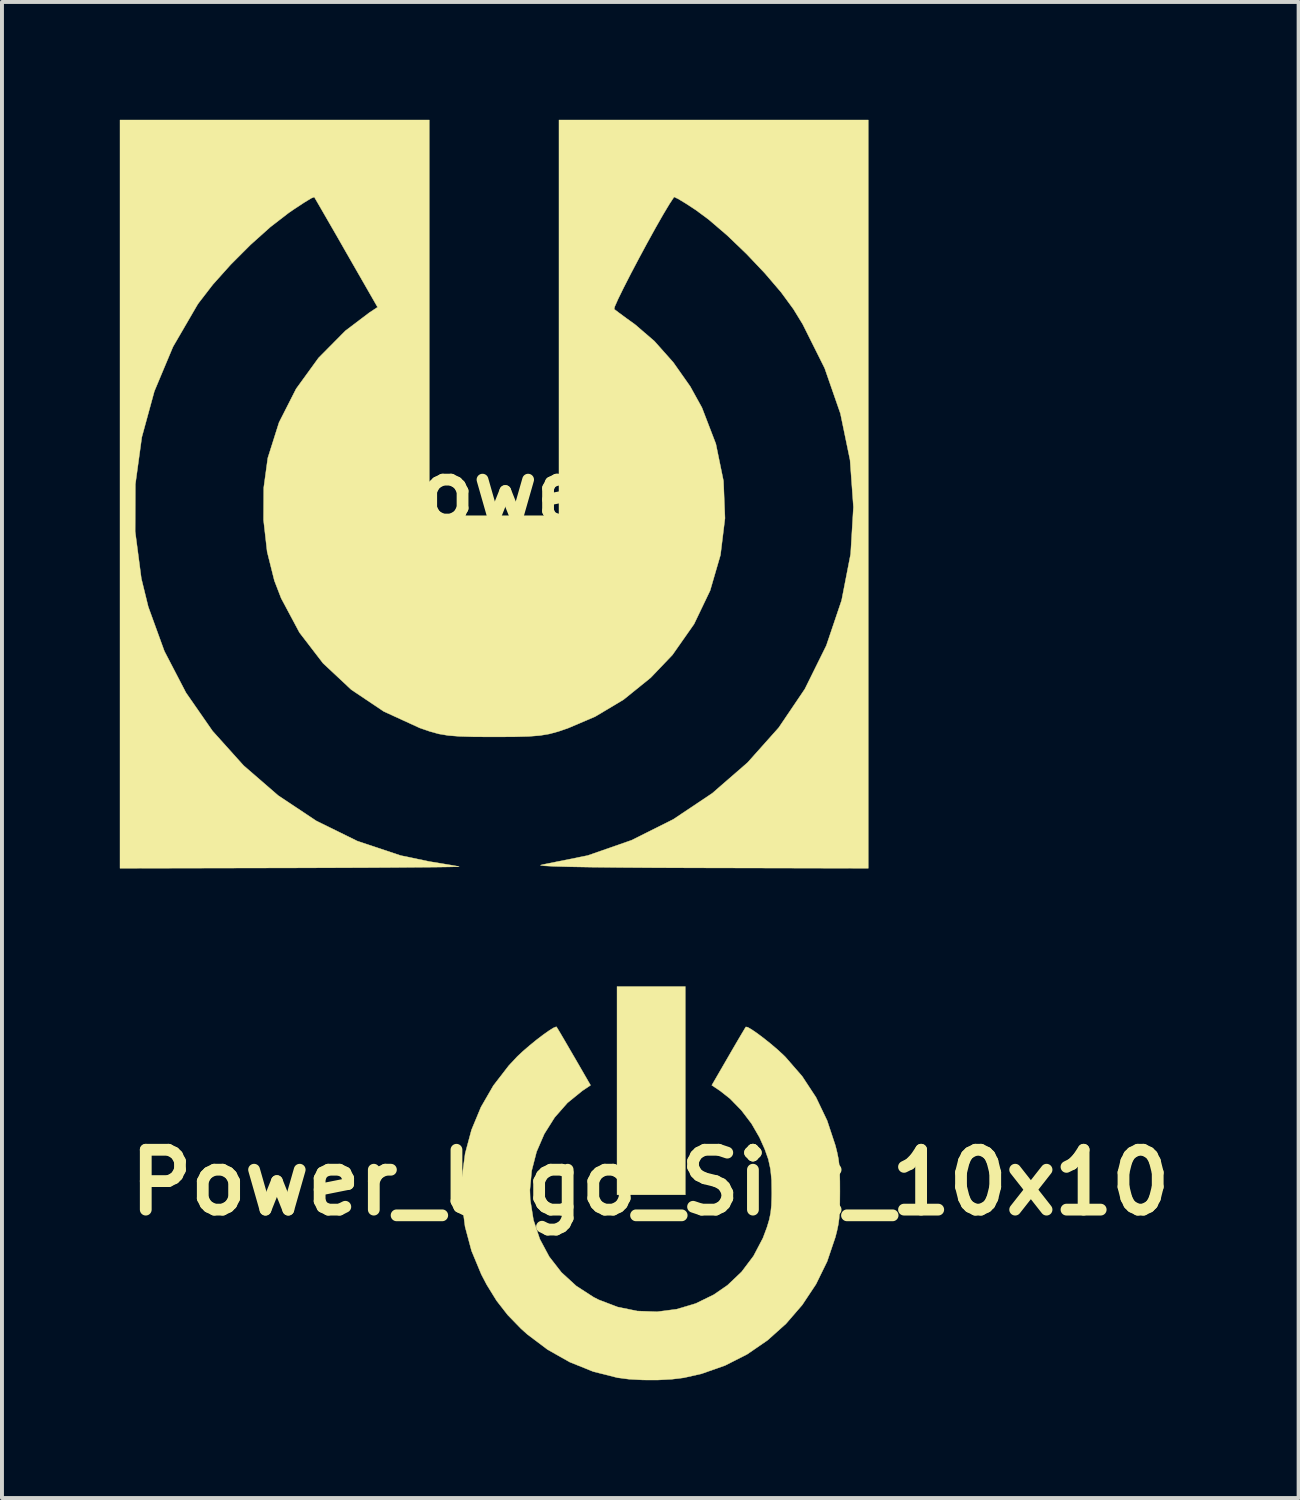
<source format=kicad_pcb>
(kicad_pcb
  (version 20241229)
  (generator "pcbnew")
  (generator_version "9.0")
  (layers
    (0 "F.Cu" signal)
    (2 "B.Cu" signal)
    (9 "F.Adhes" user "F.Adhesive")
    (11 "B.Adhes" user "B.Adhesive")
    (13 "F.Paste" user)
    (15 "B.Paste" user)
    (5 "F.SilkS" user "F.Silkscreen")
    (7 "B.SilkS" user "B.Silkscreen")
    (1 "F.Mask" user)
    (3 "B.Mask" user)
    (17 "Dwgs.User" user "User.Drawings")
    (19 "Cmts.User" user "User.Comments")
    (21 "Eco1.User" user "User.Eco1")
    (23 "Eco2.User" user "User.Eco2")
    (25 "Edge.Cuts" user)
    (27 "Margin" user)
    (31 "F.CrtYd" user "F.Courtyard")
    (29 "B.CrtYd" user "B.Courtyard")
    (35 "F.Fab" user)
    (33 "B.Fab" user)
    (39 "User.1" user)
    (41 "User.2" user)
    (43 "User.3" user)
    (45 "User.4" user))
  (footprint "Power"
    (layer "F.Cu")
    (at 9.488 9.488)
    (property "Reference" "Power" (at 0 0 0) (layer "F.SilkS") (effects (font (size 1.524 1.524) (thickness 0.3))))
    (attr through_hole)
    (fp_poly (pts (xy -1.609 0.593) (xy 1.693 0.593) (xy 1.693 -9.483) (xy 9.567 -9.483) (xy 9.567 9.567) (xy 5.144 9.557) (xy 4.129 9.553) (xy 3.259 9.547) (xy 2.539 9.539) (xy 1.972 9.529) (xy 1.56 9.518) (xy 1.308 9.504) (xy 1.219 9.489) (xy 1.274 9.474) (xy 2.424 9.242) (xy 3.54 8.853) (xy 4.603 8.321) (xy 5.594 7.658) (xy 6.495 6.875) (xy 7.287 5.987) (xy 7.951 5.005) (xy 8.499 3.897) (xy 8.888 2.746) (xy 9.118 1.566) (xy 9.189 0.371) (xy 9.103 -0.825) (xy 8.858 -2.009) (xy 8.456 -3.166) (xy 7.897 -4.285) (xy 7.661 -4.67) (xy 7.349 -5.096) (xy 6.938 -5.577) (xy 6.468 -6.073) (xy 5.978 -6.543) (xy 5.508 -6.946) (xy 5.179 -7.19) (xy 4.922 -7.358) (xy 4.727 -7.476) (xy 4.627 -7.523) (xy 4.622 -7.522) (xy 4.509 -7.351) (xy 4.347 -7.081) (xy 4.152 -6.739) (xy 3.939 -6.353) (xy 3.722 -5.95) (xy 3.516 -5.559) (xy 3.336 -5.207) (xy 3.197 -4.923) (xy 3.113 -4.734) (xy 3.098 -4.668) (xy 3.203 -4.587) (xy 3.401 -4.441) (xy 3.63 -4.276) (xy 4.122 -3.853) (xy 4.603 -3.312) (xy 5.034 -2.7) (xy 5.333 -2.159) (xy 5.687 -1.238) (xy 5.881 -0.293) (xy 5.919 0.656) (xy 5.804 1.592) (xy 5.541 2.496) (xy 5.132 3.35) (xy 4.581 4.136) (xy 4.027 4.716) (xy 3.335 5.275) (xy 2.615 5.705) (xy 1.933 5.996) (xy 1.676 6.085) (xy 1.447 6.147) (xy 1.209 6.187) (xy 0.92 6.21) (xy 0.54 6.22) (xy 0.042 6.222) (xy -0.464 6.22) (xy -0.841 6.209) (xy -1.129 6.186) (xy -1.367 6.146) (xy -1.595 6.083) (xy -1.849 5.996) (xy -2.769 5.574) (xy -3.595 5.02) (xy -4.315 4.346) (xy -4.914 3.566) (xy -5.38 2.693) (xy -5.553 2.244) (xy -5.737 1.508) (xy -5.829 0.698) (xy -5.824 -0.12) (xy -5.721 -0.876) (xy -5.719 -0.883) (xy -5.434 -1.784) (xy -4.999 -2.64) (xy -4.429 -3.426) (xy -3.744 -4.118) (xy -3.132 -4.581) (xy -2.925 -4.717) (xy -3.721 -6.105) (xy -3.97 -6.541) (xy -4.191 -6.924) (xy -4.368 -7.231) (xy -4.488 -7.438) (xy -4.538 -7.522) (xy -4.538 -7.523) (xy -4.613 -7.492) (xy -4.794 -7.382) (xy -5.048 -7.215) (xy -5.187 -7.12) (xy -5.655 -6.759) (xy -6.163 -6.304) (xy -6.666 -5.8) (xy -7.12 -5.293) (xy -7.48 -4.826) (xy -7.509 -4.784) (xy -8.134 -3.709) (xy -8.608 -2.578) (xy -8.928 -1.407) (xy -9.092 -0.211) (xy -9.097 0.993) (xy -8.94 2.189) (xy -8.764 2.908) (xy -8.353 4.04) (xy -7.803 5.098) (xy -7.127 6.072) (xy -6.34 6.948) (xy -5.454 7.716) (xy -4.483 8.362) (xy -3.441 8.874) (xy -2.339 9.242) (xy -1.609 9.395) (xy -1.285 9.448) (xy -1.017 9.493) (xy -0.857 9.521) (xy -0.847 9.523) (xy -0.904 9.528) (xy -1.115 9.533) (xy -1.466 9.538) (xy -1.94 9.542) (xy -2.523 9.547) (xy -3.199 9.551) (xy -3.954 9.554) (xy -4.772 9.557) (xy -5.101 9.558) (xy -9.483 9.567) (xy -9.483 -9.483) (xy -1.609 -9.483) (xy -1.609 0.593)) (stroke (width 0.01) (type solid)) (fill yes) (layer "F.SilkS")))
  (footprint "Power_logo_Silk_10x10"
    (layer "F.Cu")
    (at 13.506 27.056)
    (property "Reference" "Power_logo_Silk_10x10" (at 0 0 0) (layer "F.SilkS") (effects (font (size 1.524 1.524) (thickness 0.3))))
    (attr through_hole)
    (fp_poly (pts (xy 0.891 0.312) (xy -0.847 0.312) (xy -0.847 -4.991) (xy 0.891 -4.991) (xy 0.891 0.312)) (stroke (width 0.01) (type solid)) (fill yes) (layer "F.SilkS"))
    (fp_poly (pts (xy -2.388 -3.963) (xy -2.361 -3.92) (xy -2.296 -3.812) (xy -2.202 -3.652) (xy -2.085 -3.451) (xy -1.952 -3.222) (xy -1.945 -3.211) (xy -1.521 -2.477) (xy -1.731 -2.336) (xy -2.11 -2.028) (xy -2.435 -1.658) (xy -2.699 -1.239) (xy -2.896 -0.783) (xy -3.02 -0.302) (xy -3.066 0.19) (xy -3.058 0.432) (xy -2.975 0.954) (xy -2.812 1.441) (xy -2.573 1.888) (xy -2.263 2.287) (xy -1.886 2.632) (xy -1.446 2.917) (xy -1.315 2.984) (xy -0.831 3.169) (xy -0.331 3.271) (xy 0.173 3.289) (xy 0.672 3.224) (xy 1.157 3.079) (xy 1.617 2.854) (xy 1.965 2.614) (xy 2.324 2.273) (xy 2.628 1.869) (xy 2.867 1.414) (xy 2.971 1.136) (xy 3.027 0.948) (xy 3.063 0.775) (xy 3.083 0.585) (xy 3.091 0.347) (xy 3.092 0.267) (xy 3.087 -0.064) (xy 3.06 -0.339) (xy 3.005 -0.591) (xy 2.913 -0.851) (xy 2.78 -1.148) (xy 2.576 -1.501) (xy 2.318 -1.84) (xy 2.028 -2.137) (xy 1.774 -2.337) (xy 1.565 -2.477) (xy 1.99 -3.211) (xy 2.123 -3.441) (xy 2.241 -3.643) (xy 2.337 -3.805) (xy 2.403 -3.916) (xy 2.432 -3.962) (xy 2.433 -3.963) (xy 2.482 -3.953) (xy 2.583 -3.894) (xy 2.723 -3.798) (xy 2.888 -3.674) (xy 3.063 -3.534) (xy 3.235 -3.388) (xy 3.389 -3.246) (xy 3.439 -3.197) (xy 3.866 -2.706) (xy 4.22 -2.167) (xy 4.502 -1.577) (xy 4.712 -0.943) (xy 4.756 -0.767) (xy 4.788 -0.61) (xy 4.809 -0.451) (xy 4.82 -0.268) (xy 4.826 -0.038) (xy 4.827 0.223) (xy 4.825 0.513) (xy 4.819 0.737) (xy 4.807 0.916) (xy 4.785 1.073) (xy 4.752 1.231) (xy 4.711 1.391) (xy 4.502 2.009) (xy 4.219 2.587) (xy 3.867 3.117) (xy 3.454 3.595) (xy 2.985 4.015) (xy 2.467 4.371) (xy 1.904 4.657) (xy 1.304 4.868) (xy 0.852 4.97) (xy 0.544 5.008) (xy 0.187 5.027) (xy -0.185 5.026) (xy -0.538 5.007) (xy -0.832 4.969) (xy -1.454 4.812) (xy -2.052 4.571) (xy -2.615 4.253) (xy -3.133 3.863) (xy -3.293 3.719) (xy -3.63 3.372) (xy -3.913 3.009) (xy -4.165 2.601) (xy -4.302 2.339) (xy -4.551 1.74) (xy -4.716 1.124) (xy -4.797 0.5) (xy -4.796 -0.124) (xy -4.714 -0.74) (xy -4.552 -1.342) (xy -4.312 -1.92) (xy -3.996 -2.468) (xy -3.603 -2.977) (xy -3.389 -3.206) (xy -3.245 -3.341) (xy -3.078 -3.485) (xy -2.903 -3.628) (xy -2.733 -3.758) (xy -2.583 -3.864) (xy -2.467 -3.937) (xy -2.398 -3.965) (xy -2.388 -3.963)) (stroke (width 0.01) (type solid)) (fill yes) (layer "F.SilkS")))
  (gr_rect
    (start -3 -3)
    (end 30.011 35.088)
    (stroke (width 0.1) (type default))
    (fill no)
    (layer "Edge.Cuts")))
</source>
